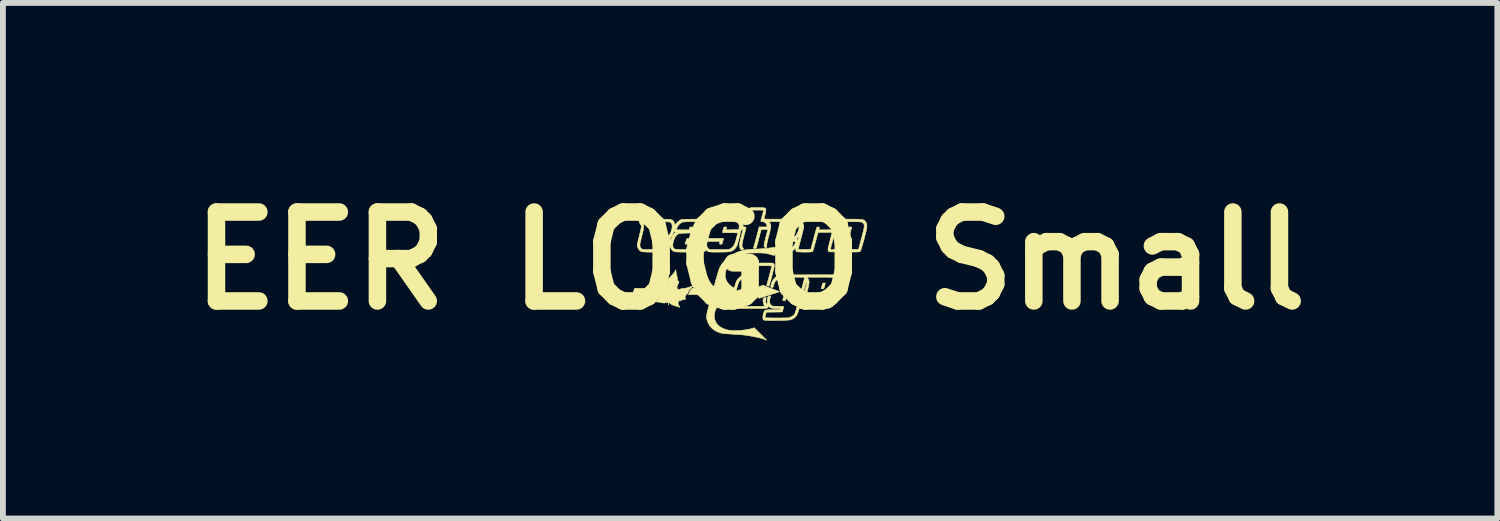
<source format=kicad_pcb>
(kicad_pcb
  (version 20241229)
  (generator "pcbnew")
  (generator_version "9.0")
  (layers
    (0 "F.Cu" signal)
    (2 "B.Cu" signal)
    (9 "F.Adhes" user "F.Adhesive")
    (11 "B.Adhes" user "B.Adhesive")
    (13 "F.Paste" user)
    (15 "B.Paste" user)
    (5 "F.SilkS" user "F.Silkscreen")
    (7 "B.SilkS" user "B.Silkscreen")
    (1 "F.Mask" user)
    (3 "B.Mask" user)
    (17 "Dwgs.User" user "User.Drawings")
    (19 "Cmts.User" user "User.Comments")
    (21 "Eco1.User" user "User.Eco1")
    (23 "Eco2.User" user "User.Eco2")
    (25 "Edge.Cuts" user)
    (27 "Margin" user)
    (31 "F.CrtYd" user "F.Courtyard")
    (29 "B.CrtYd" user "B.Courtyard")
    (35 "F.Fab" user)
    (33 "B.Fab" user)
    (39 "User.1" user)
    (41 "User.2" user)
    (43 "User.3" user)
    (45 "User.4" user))
  (footprint "EER LOGO Small"
    (layer "F.Cu")
    (at 9.804 1.418)
    (property "Reference" "EER LOGO Small" (at 0 0 0) (layer "F.SilkS") (effects (font (size 1.524 1.524) (thickness 0.3))))
    (attr through_hole)
    (fp_poly (pts (xy -1.676 0.5) (xy -1.66 0.521) (xy -1.64 0.543) (xy -1.629 0.553) (xy -1.599 0.579) (xy -2.01 0.579) (xy -1.996 0.529) (xy -1.99 0.505) (xy -1.985 0.486) (xy -1.983 0.477) (xy -1.983 0.476) (xy -1.976 0.475) (xy -1.957 0.474) (xy -1.929 0.474) (xy -1.892 0.473) (xy -1.85 0.473) (xy -1.838 0.473) (xy -1.694 0.473) (xy -1.676 0.5)) (stroke (width 0.01) (type solid)) (fill yes) (layer "F.SilkS"))
    (fp_poly (pts (xy -0.798 0.473) (xy -0.756 0.474) (xy -0.728 0.476) (xy -0.714 0.479) (xy -0.713 0.48) (xy -0.714 0.49) (xy -0.718 0.51) (xy -0.724 0.533) (xy -0.735 0.579) (xy -1.059 0.579) (xy -1.048 0.563) (xy -1.04 0.547) (xy -1.037 0.536) (xy -1.033 0.525) (xy -1.022 0.508) (xy -1.015 0.499) (xy -0.994 0.473) (xy -0.853 0.473) (xy -0.798 0.473)) (stroke (width 0.01) (type solid)) (fill yes) (layer "F.SilkS"))
    (fp_poly (pts (xy -1.561 -0.578) (xy -1.555 -0.574) (xy -1.554 -0.565) (xy -1.557 -0.548) (xy -1.564 -0.522) (xy -1.571 -0.499) (xy -1.577 -0.486) (xy -1.585 -0.481) (xy -1.597 -0.48) (xy -1.599 -0.48) (xy -1.622 -0.48) (xy -1.608 -0.527) (xy -1.601 -0.551) (xy -1.597 -0.569) (xy -1.595 -0.577) (xy -1.595 -0.577) (xy -1.588 -0.578) (xy -1.574 -0.579) (xy -1.573 -0.579) (xy -1.561 -0.578)) (stroke (width 0.01) (type solid)) (fill yes) (layer "F.SilkS"))
    (fp_poly (pts (xy 0.615 -0.577) (xy 0.622 -0.575) (xy 0.622 -0.567) (xy 0.619 -0.549) (xy 0.614 -0.527) (xy 0.607 -0.503) (xy 0.601 -0.49) (xy 0.593 -0.484) (xy 0.581 -0.481) (xy 0.58 -0.481) (xy 0.564 -0.481) (xy 0.557 -0.483) (xy 0.557 -0.483) (xy 0.559 -0.492) (xy 0.563 -0.51) (xy 0.569 -0.533) (xy 0.575 -0.557) (xy 0.581 -0.571) (xy 0.588 -0.577) (xy 0.598 -0.579) (xy 0.599 -0.579) (xy 0.615 -0.577)) (stroke (width 0.01) (type solid)) (fill yes) (layer "F.SilkS"))
    (fp_poly (pts (xy 1.283 0.382) (xy 1.289 0.387) (xy 1.287 0.4) (xy 1.287 0.4) (xy 1.278 0.434) (xy 1.271 0.455) (xy 1.265 0.469) (xy 1.257 0.476) (xy 1.247 0.48) (xy 1.243 0.48) (xy 1.228 0.482) (xy 1.221 0.479) (xy 1.221 0.479) (xy 1.222 0.469) (xy 1.226 0.45) (xy 1.232 0.427) (xy 1.238 0.402) (xy 1.244 0.389) (xy 1.251 0.383) (xy 1.262 0.381) (xy 1.267 0.381) (xy 1.283 0.382)) (stroke (width 0.01) (type solid)) (fill yes) (layer "F.SilkS"))
    (fp_poly (pts (xy -1.044 -0.379) (xy -1.04 -0.372) (xy -1.04 -0.372) (xy -1.044 -0.361) (xy -1.049 -0.341) (xy -1.055 -0.323) (xy -1.061 -0.3) (xy -1.067 -0.288) (xy -1.075 -0.283) (xy -1.089 -0.282) (xy -1.09 -0.282) (xy -1.107 -0.284) (xy -1.112 -0.291) (xy -1.112 -0.291) (xy -1.108 -0.302) (xy -1.103 -0.322) (xy -1.097 -0.34) (xy -1.091 -0.363) (xy -1.085 -0.375) (xy -1.077 -0.38) (xy -1.063 -0.381) (xy -1.062 -0.381) (xy -1.044 -0.379)) (stroke (width 0.01) (type solid)) (fill yes) (layer "F.SilkS"))
    (fp_poly (pts (xy -0.631 0.447) (xy -0.635 0.465) (xy -0.641 0.489) (xy -0.649 0.518) (xy -0.657 0.548) (xy -0.665 0.575) (xy -0.671 0.597) (xy -0.676 0.61) (xy -0.676 0.612) (xy -0.683 0.616) (xy -0.696 0.611) (xy -0.704 0.607) (xy -0.719 0.597) (xy -0.726 0.592) (xy -0.727 0.591) (xy -0.725 0.584) (xy -0.72 0.566) (xy -0.714 0.541) (xy -0.71 0.529) (xy -0.702 0.5) (xy -0.696 0.482) (xy -0.688 0.47) (xy -0.678 0.462) (xy -0.663 0.454) (xy -0.663 0.454) (xy -0.644 0.445) (xy -0.632 0.441) (xy -0.63 0.44) (xy -0.631 0.447)) (stroke (width 0.01) (type solid)) (fill yes) (layer "F.SilkS"))
    (fp_poly (pts (xy 0.684 0.383) (xy 0.684 0.384) (xy 0.683 0.392) (xy 0.678 0.411) (xy 0.67 0.439) (xy 0.661 0.475) (xy 0.65 0.517) (xy 0.646 0.532) (xy 0.634 0.575) (xy 0.624 0.613) (xy 0.616 0.645) (xy 0.61 0.667) (xy 0.607 0.679) (xy 0.607 0.68) (xy 0.601 0.683) (xy 0.585 0.684) (xy 0.582 0.684) (xy 0.565 0.683) (xy 0.559 0.678) (xy 0.56 0.672) (xy 0.563 0.662) (xy 0.569 0.64) (xy 0.578 0.609) (xy 0.588 0.572) (xy 0.599 0.53) (xy 0.6 0.526) (xy 0.611 0.485) (xy 0.621 0.448) (xy 0.63 0.418) (xy 0.636 0.397) (xy 0.639 0.387) (xy 0.639 0.387) (xy 0.647 0.383) (xy 0.661 0.381) (xy 0.676 0.381) (xy 0.684 0.383)) (stroke (width 0.01) (type solid)) (fill yes) (layer "F.SilkS"))
    (fp_poly (pts (xy 0.056 0.429) (xy 0.05 0.452) (xy 0.047 0.47) (xy 0.046 0.479) (xy 0.046 0.479) (xy 0.054 0.478) (xy 0.072 0.474) (xy 0.096 0.467) (xy 0.124 0.458) (xy 0.151 0.448) (xy 0.175 0.438) (xy 0.185 0.434) (xy 0.219 0.418) (xy 0.288 0.446) (xy 0.323 0.46) (xy 0.359 0.474) (xy 0.391 0.487) (xy 0.403 0.491) (xy 0.432 0.502) (xy 0.459 0.512) (xy 0.477 0.519) (xy 0.504 0.531) (xy 0.33 0.587) (xy 0.156 0.643) (xy 0.135 0.629) (xy 0.115 0.617) (xy 0.089 0.605) (xy 0.062 0.594) (xy 0.04 0.587) (xy 0.028 0.586) (xy 0.018 0.59) (xy 0.01 0.604) (xy 0.007 0.616) (xy -0.001 0.646) (xy -0.007 0.665) (xy -0.013 0.676) (xy -0.021 0.681) (xy -0.032 0.683) (xy -0.035 0.683) (xy -0.051 0.684) (xy -0.056 0.679) (xy -0.055 0.673) (xy -0.052 0.662) (xy -0.046 0.64) (xy -0.038 0.609) (xy -0.027 0.571) (xy -0.016 0.529) (xy -0.014 0.52) (xy 0.024 0.381) (xy 0.07 0.381) (xy 0.056 0.429)) (stroke (width 0.01) (type solid)) (fill yes) (layer "F.SilkS"))
    (fp_poly (pts (xy -1.268 0.202) (xy -1.264 0.227) (xy -1.26 0.247) (xy -1.257 0.257) (xy -1.252 0.268) (xy -1.249 0.288) (xy -1.247 0.303) (xy -1.245 0.327) (xy -1.24 0.341) (xy -1.231 0.349) (xy -1.23 0.349) (xy -1.221 0.355) (xy -1.219 0.362) (xy -1.223 0.376) (xy -1.226 0.385) (xy -1.235 0.403) (xy -1.242 0.416) (xy -1.244 0.417) (xy -1.249 0.427) (xy -1.251 0.445) (xy -1.252 0.452) (xy -1.249 0.477) (xy -1.239 0.491) (xy -1.221 0.493) (xy -1.205 0.488) (xy -1.184 0.482) (xy -1.157 0.477) (xy -1.143 0.476) (xy -1.117 0.473) (xy -1.083 0.465) (xy -1.046 0.454) (xy -1.037 0.451) (xy -0.97 0.427) (xy -1.014 0.471) (xy -1.04 0.499) (xy -1.055 0.52) (xy -1.058 0.531) (xy -1.064 0.548) (xy -1.081 0.569) (xy -1.087 0.573) (xy -1.105 0.593) (xy -1.114 0.61) (xy -1.115 0.62) (xy -1.113 0.636) (xy -1.108 0.646) (xy -1.103 0.653) (xy -1.109 0.66) (xy -1.125 0.663) (xy -1.13 0.663) (xy -1.15 0.666) (xy -1.173 0.675) (xy -1.178 0.677) (xy -1.195 0.684) (xy -1.207 0.687) (xy -1.21 0.686) (xy -1.217 0.686) (xy -1.225 0.696) (xy -1.232 0.711) (xy -1.235 0.726) (xy -1.231 0.743) (xy -1.222 0.765) (xy -1.217 0.774) (xy -1.208 0.792) (xy -1.203 0.802) (xy -1.203 0.804) (xy -1.209 0.799) (xy -1.21 0.798) (xy -1.219 0.792) (xy -1.235 0.787) (xy -1.237 0.787) (xy -1.282 0.775) (xy -1.322 0.761) (xy -1.353 0.745) (xy -1.37 0.731) (xy -1.389 0.709) (xy -1.393 0.727) (xy -1.398 0.75) (xy -1.401 0.76) (xy -1.402 0.757) (xy -1.401 0.741) (xy -1.4 0.739) (xy -1.399 0.719) (xy -1.401 0.71) (xy -1.406 0.71) (xy -1.409 0.712) (xy -1.428 0.718) (xy -1.453 0.722) (xy -1.478 0.724) (xy -1.499 0.723) (xy -1.507 0.721) (xy -1.521 0.716) (xy -1.544 0.712) (xy -1.567 0.709) (xy -1.614 0.705) (xy -1.586 0.679) (xy -1.564 0.652) (xy -1.555 0.627) (xy -1.554 0.615) (xy -1.555 0.605) (xy -1.562 0.594) (xy -1.576 0.579) (xy -1.597 0.557) (xy -1.601 0.553) (xy -1.624 0.53) (xy -1.644 0.508) (xy -1.658 0.491) (xy -1.662 0.485) (xy -1.669 0.472) (xy -1.667 0.466) (xy -1.659 0.466) (xy -1.641 0.46) (xy -1.633 0.444) (xy -1.633 0.417) (xy -1.633 0.414) (xy -1.636 0.39) (xy -1.638 0.367) (xy -1.638 0.363) (xy -1.637 0.328) (xy -1.638 0.303) (xy -1.642 0.285) (xy -1.649 0.269) (xy -1.651 0.267) (xy -1.662 0.248) (xy -1.664 0.239) (xy -1.658 0.242) (xy -1.642 0.255) (xy -1.634 0.263) (xy -1.599 0.297) (xy -1.571 0.321) (xy -1.551 0.338) (xy -1.537 0.346) (xy -1.528 0.349) (xy -1.515 0.355) (xy -1.501 0.374) (xy -1.496 0.384) (xy -1.478 0.413) (xy -1.461 0.428) (xy -1.447 0.429) (xy -1.434 0.416) (xy -1.423 0.39) (xy -1.421 0.382) (xy -1.415 0.353) (xy -1.417 0.335) (xy -1.418 0.332) (xy -1.423 0.317) (xy -1.425 0.302) (xy -1.424 0.291) (xy -1.421 0.289) (xy -1.412 0.292) (xy -1.404 0.297) (xy -1.392 0.3) (xy -1.381 0.294) (xy -1.372 0.284) (xy -1.355 0.266) (xy -1.336 0.246) (xy -1.33 0.24) (xy -1.311 0.217) (xy -1.293 0.192) (xy -1.289 0.185) (xy -1.272 0.155) (xy -1.268 0.202)) (stroke (width 0.01) (type solid)) (fill yes) (layer "F.SilkS"))
    (fp_poly (pts (xy 0.719 -0.296) (xy 0.716 -0.293) (xy 0.707 -0.286) (xy 0.691 -0.275) (xy 0.667 -0.259) (xy 0.633 -0.237) (xy 0.589 -0.209) (xy 0.561 -0.19) (xy 0.406 -0.09) (xy 0.36 -0.105) (xy 0.328 -0.114) (xy 0.293 -0.122) (xy 0.272 -0.127) (xy 0.244 -0.13) (xy 0.205 -0.132) (xy 0.16 -0.134) (xy 0.112 -0.134) (xy 0.064 -0.133) (xy 0.019 -0.131) (xy -0.019 -0.129) (xy -0.047 -0.125) (xy -0.053 -0.124) (xy -0.13 -0.1) (xy -0.203 -0.065) (xy -0.27 -0.022) (xy -0.326 0.027) (xy -0.333 0.035) (xy -0.375 0.088) (xy -0.405 0.143) (xy -0.423 0.198) (xy -0.427 0.253) (xy -0.42 0.306) (xy -0.399 0.355) (xy -0.369 0.395) (xy -0.352 0.412) (xy -0.331 0.431) (xy -0.309 0.447) (xy -0.289 0.46) (xy -0.276 0.466) (xy -0.275 0.466) (xy -0.27 0.459) (xy -0.264 0.443) (xy -0.258 0.425) (xy -0.25 0.398) (xy -0.242 0.373) (xy -0.238 0.36) (xy -0.226 0.336) (xy -0.205 0.309) (xy -0.179 0.283) (xy -0.152 0.263) (xy -0.145 0.259) (xy -0.129 0.253) (xy -0.111 0.248) (xy -0.086 0.244) (xy -0.052 0.242) (xy -0.025 0.24) (xy 0.066 0.236) (xy 0.089 0.149) (xy 0.099 0.115) (xy 0.108 0.085) (xy 0.117 0.062) (xy 0.123 0.05) (xy 0.123 0.05) (xy 0.13 0.046) (xy 0.14 0.043) (xy 0.156 0.041) (xy 0.181 0.04) (xy 0.216 0.039) (xy 0.263 0.039) (xy 0.265 0.039) (xy 0.312 0.039) (xy 0.346 0.039) (xy 0.37 0.04) (xy 0.386 0.042) (xy 0.396 0.044) (xy 0.402 0.048) (xy 0.406 0.053) (xy 0.414 0.071) (xy 0.416 0.083) (xy 0.415 0.094) (xy 0.41 0.117) (xy 0.402 0.148) (xy 0.393 0.185) (xy 0.383 0.226) (xy 0.372 0.269) (xy 0.361 0.311) (xy 0.35 0.35) (xy 0.34 0.384) (xy 0.333 0.411) (xy 0.327 0.428) (xy 0.325 0.432) (xy 0.315 0.434) (xy 0.302 0.431) (xy 0.284 0.424) (xy 0.329 0.26) (xy 0.341 0.214) (xy 0.352 0.172) (xy 0.362 0.137) (xy 0.369 0.11) (xy 0.373 0.094) (xy 0.374 0.09) (xy 0.367 0.088) (xy 0.349 0.087) (xy 0.321 0.085) (xy 0.286 0.085) (xy 0.261 0.085) (xy 0.149 0.085) (xy 0.142 0.111) (xy 0.137 0.13) (xy 0.13 0.157) (xy 0.122 0.189) (xy 0.117 0.207) (xy 0.109 0.236) (xy 0.103 0.26) (xy 0.1 0.275) (xy 0.099 0.279) (xy 0.092 0.28) (xy 0.074 0.281) (xy 0.047 0.282) (xy 0.014 0.282) (xy 0.009 0.282) (xy -0.041 0.284) (xy -0.08 0.288) (xy -0.11 0.295) (xy -0.136 0.308) (xy -0.159 0.325) (xy -0.165 0.33) (xy -0.175 0.34) (xy -0.183 0.351) (xy -0.191 0.364) (xy -0.198 0.381) (xy -0.207 0.404) (xy -0.216 0.435) (xy -0.228 0.476) (xy -0.242 0.529) (xy -0.243 0.53) (xy -0.257 0.585) (xy -0.268 0.628) (xy -0.276 0.661) (xy -0.28 0.686) (xy -0.281 0.705) (xy -0.279 0.72) (xy -0.275 0.732) (xy -0.271 0.74) (xy -0.265 0.75) (xy -0.259 0.758) (xy -0.251 0.765) (xy -0.24 0.77) (xy -0.225 0.774) (xy -0.204 0.776) (xy -0.176 0.778) (xy -0.139 0.78) (xy -0.092 0.78) (xy -0.033 0.781) (xy 0.021 0.781) (xy 0.084 0.781) (xy 0.138 0.781) (xy 0.184 0.781) (xy 0.219 0.78) (xy 0.244 0.779) (xy 0.256 0.778) (xy 0.257 0.776) (xy 0.242 0.763) (xy 0.231 0.738) (xy 0.223 0.699) (xy 0.222 0.695) (xy 0.222 0.665) (xy 0.229 0.646) (xy 0.245 0.634) (xy 0.256 0.631) (xy 0.275 0.627) (xy 0.27 0.673) (xy 0.269 0.704) (xy 0.271 0.723) (xy 0.275 0.73) (xy 0.285 0.739) (xy 0.291 0.738) (xy 0.295 0.725) (xy 0.296 0.7) (xy 0.296 0.686) (xy 0.297 0.659) (xy 0.299 0.637) (xy 0.301 0.624) (xy 0.302 0.623) (xy 0.311 0.616) (xy 0.325 0.608) (xy 0.34 0.602) (xy 0.349 0.601) (xy 0.35 0.601) (xy 0.349 0.609) (xy 0.346 0.626) (xy 0.341 0.647) (xy 0.334 0.688) (xy 0.336 0.719) (xy 0.348 0.745) (xy 0.36 0.759) (xy 0.369 0.767) (xy 0.378 0.773) (xy 0.389 0.777) (xy 0.405 0.779) (xy 0.429 0.781) (xy 0.463 0.782) (xy 0.479 0.782) (xy 0.577 0.784) (xy 0.565 0.831) (xy 0.553 0.878) (xy 0.416 0.88) (xy 0.278 0.882) (xy 0.266 0.927) (xy 0.26 0.951) (xy 0.256 0.969) (xy 0.254 0.977) (xy 0.261 0.978) (xy 0.28 0.979) (xy 0.31 0.979) (xy 0.348 0.98) (xy 0.394 0.981) (xy 0.445 0.981) (xy 0.459 0.981) (xy 0.518 0.981) (xy 0.565 0.98) (xy 0.602 0.98) (xy 0.629 0.979) (xy 0.65 0.978) (xy 0.665 0.976) (xy 0.676 0.973) (xy 0.686 0.969) (xy 0.693 0.966) (xy 0.721 0.951) (xy 0.741 0.937) (xy 0.757 0.921) (xy 0.769 0.901) (xy 0.779 0.873) (xy 0.791 0.835) (xy 0.794 0.824) (xy 0.805 0.783) (xy 0.845 0.783) (xy 0.867 0.782) (xy 0.875 0.78) (xy 0.872 0.777) (xy 0.87 0.776) (xy 0.856 0.763) (xy 0.845 0.738) (xy 0.84 0.703) (xy 0.84 0.698) (xy 0.882 0.698) (xy 0.884 0.714) (xy 0.886 0.723) (xy 0.893 0.733) (xy 0.898 0.731) (xy 0.902 0.717) (xy 0.903 0.699) (xy 0.938 0.699) (xy 0.944 0.732) (xy 0.962 0.757) (xy 0.992 0.775) (xy 1.002 0.779) (xy 1.015 0.78) (xy 1.039 0.782) (xy 1.072 0.782) (xy 1.111 0.783) (xy 1.154 0.783) (xy 1.197 0.782) (xy 1.239 0.781) (xy 1.276 0.78) (xy 1.305 0.778) (xy 1.325 0.776) (xy 1.33 0.775) (xy 1.369 0.759) (xy 1.402 0.731) (xy 1.428 0.694) (xy 1.443 0.654) (xy 1.448 0.635) (xy 1.223 0.635) (xy 1.216 0.658) (xy 1.209 0.674) (xy 1.197 0.682) (xy 1.187 0.683) (xy 1.175 0.684) (xy 1.168 0.682) (xy 1.166 0.675) (xy 1.169 0.66) (xy 1.176 0.634) (xy 1.177 0.628) (xy 1.19 0.582) (xy 1.295 0.579) (xy 1.34 0.576) (xy 1.376 0.574) (xy 1.402 0.57) (xy 1.416 0.566) (xy 1.442 0.545) (xy 1.465 0.514) (xy 1.485 0.477) (xy 1.501 0.437) (xy 1.51 0.396) (xy 1.513 0.359) (xy 1.507 0.327) (xy 1.504 0.319) (xy 1.498 0.309) (xy 1.49 0.302) (xy 1.48 0.296) (xy 1.466 0.291) (xy 1.445 0.288) (xy 1.418 0.285) (xy 1.382 0.284) (xy 1.336 0.283) (xy 1.279 0.282) (xy 1.21 0.282) (xy 0.974 0.282) (xy 0.991 0.306) (xy 1.001 0.323) (xy 1.007 0.339) (xy 1.011 0.356) (xy 1.011 0.378) (xy 1.007 0.405) (xy 1 0.44) (xy 0.989 0.486) (xy 0.977 0.532) (xy 0.966 0.576) (xy 0.955 0.617) (xy 0.947 0.653) (xy 0.941 0.68) (xy 0.939 0.696) (xy 0.938 0.699) (xy 0.903 0.699) (xy 0.903 0.692) (xy 0.903 0.691) (xy 0.905 0.663) (xy 0.912 0.623) (xy 0.924 0.572) (xy 0.938 0.517) (xy 0.949 0.475) (xy 0.959 0.436) (xy 0.967 0.404) (xy 0.972 0.381) (xy 0.974 0.369) (xy 0.974 0.369) (xy 0.973 0.356) (xy 0.97 0.353) (xy 0.965 0.363) (xy 0.957 0.384) (xy 0.947 0.417) (xy 0.934 0.464) (xy 0.922 0.506) (xy 0.907 0.565) (xy 0.896 0.612) (xy 0.888 0.649) (xy 0.884 0.677) (xy 0.882 0.698) (xy 0.84 0.698) (xy 0.84 0.688) (xy 0.841 0.673) (xy 0.846 0.646) (xy 0.854 0.61) (xy 0.864 0.568) (xy 0.875 0.521) (xy 0.887 0.471) (xy 0.9 0.422) (xy 0.913 0.374) (xy 0.925 0.331) (xy 0.935 0.295) (xy 0.936 0.295) (xy 0.936 0.291) (xy 0.933 0.288) (xy 0.927 0.286) (xy 0.914 0.284) (xy 0.895 0.283) (xy 0.867 0.283) (xy 0.828 0.282) (xy 0.778 0.282) (xy 0.736 0.282) (xy 0.677 0.282) (xy 0.63 0.283) (xy 0.594 0.283) (xy 0.567 0.284) (xy 0.546 0.285) (xy 0.531 0.287) (xy 0.519 0.29) (xy 0.508 0.294) (xy 0.498 0.299) (xy 0.497 0.299) (xy 0.458 0.324) (xy 0.428 0.359) (xy 0.407 0.405) (xy 0.405 0.411) (xy 0.397 0.438) (xy 0.391 0.454) (xy 0.385 0.461) (xy 0.377 0.461) (xy 0.369 0.458) (xy 0.359 0.453) (xy 0.354 0.446) (xy 0.354 0.433) (xy 0.359 0.412) (xy 0.367 0.385) (xy 0.389 0.336) (xy 0.421 0.295) (xy 0.461 0.263) (xy 0.469 0.259) (xy 0.475 0.256) (xy 0.481 0.253) (xy 0.488 0.251) (xy 0.498 0.249) (xy 0.511 0.248) (xy 0.529 0.246) (xy 0.552 0.245) (xy 0.582 0.244) (xy 0.619 0.244) (xy 0.665 0.243) (xy 0.72 0.243) (xy 0.787 0.242) (xy 0.865 0.242) (xy 0.956 0.242) (xy 0.982 0.241) (xy 1.077 0.241) (xy 1.158 0.241) (xy 1.228 0.241) (xy 1.286 0.241) (xy 1.335 0.241) (xy 1.374 0.241) (xy 1.406 0.242) (xy 1.431 0.242) (xy 1.45 0.243) (xy 1.464 0.245) (xy 1.475 0.246) (xy 1.483 0.248) (xy 1.489 0.251) (xy 1.495 0.254) (xy 1.496 0.254) (xy 1.527 0.277) (xy 1.547 0.308) (xy 1.556 0.348) (xy 1.554 0.397) (xy 1.55 0.421) (xy 1.533 0.481) (xy 1.512 0.528) (xy 1.487 0.563) (xy 1.485 0.564) (xy 1.462 0.587) (xy 1.476 0.601) (xy 1.485 0.613) (xy 1.488 0.628) (xy 1.486 0.649) (xy 1.474 0.698) (xy 1.451 0.741) (xy 1.418 0.777) (xy 1.378 0.803) (xy 1.368 0.807) (xy 1.356 0.811) (xy 1.343 0.814) (xy 1.325 0.816) (xy 1.302 0.817) (xy 1.27 0.818) (xy 1.23 0.818) (xy 1.177 0.817) (xy 1.152 0.817) (xy 1.096 0.816) (xy 1.053 0.816) (xy 1.02 0.815) (xy 0.996 0.813) (xy 0.978 0.812) (xy 0.966 0.809) (xy 0.957 0.806) (xy 0.95 0.802) (xy 0.946 0.799) (xy 0.932 0.79) (xy 0.925 0.788) (xy 0.924 0.79) (xy 0.918 0.803) (xy 0.901 0.814) (xy 0.876 0.818) (xy 0.871 0.818) (xy 0.84 0.818) (xy 0.829 0.859) (xy 0.811 0.91) (xy 0.788 0.95) (xy 0.759 0.98) (xy 0.72 1.002) (xy 0.689 1.013) (xy 0.672 1.015) (xy 0.644 1.018) (xy 0.608 1.02) (xy 0.564 1.022) (xy 0.516 1.023) (xy 0.466 1.023) (xy 0.415 1.024) (xy 0.367 1.023) (xy 0.323 1.023) (xy 0.285 1.021) (xy 0.255 1.02) (xy 0.237 1.017) (xy 0.232 1.016) (xy 0.223 1.003) (xy 0.219 0.98) (xy 0.22 0.95) (xy 0.226 0.915) (xy 0.23 0.899) (xy 0.236 0.879) (xy 0.243 0.865) (xy 0.252 0.854) (xy 0.267 0.847) (xy 0.288 0.843) (xy 0.317 0.84) (xy 0.357 0.84) (xy 0.397 0.84) (xy 0.442 0.839) (xy 0.476 0.839) (xy 0.498 0.838) (xy 0.512 0.836) (xy 0.52 0.833) (xy 0.522 0.83) (xy 0.522 0.829) (xy 0.52 0.824) (xy 0.511 0.821) (xy 0.494 0.819) (xy 0.466 0.818) (xy 0.452 0.818) (xy 0.41 0.817) (xy 0.378 0.814) (xy 0.355 0.807) (xy 0.336 0.797) (xy 0.326 0.789) (xy 0.315 0.78) (xy 0.311 0.781) (xy 0.31 0.784) (xy 0.306 0.797) (xy 0.298 0.807) (xy 0.293 0.81) (xy 0.286 0.812) (xy 0.275 0.814) (xy 0.258 0.816) (xy 0.235 0.817) (xy 0.203 0.818) (xy 0.162 0.818) (xy 0.11 0.818) (xy 0.046 0.818) (xy 0.024 0.818) (xy -0.044 0.818) (xy -0.1 0.818) (xy -0.144 0.818) (xy -0.179 0.817) (xy -0.206 0.816) (xy -0.225 0.815) (xy -0.24 0.813) (xy -0.25 0.81) (xy -0.258 0.807) (xy -0.261 0.806) (xy -0.29 0.784) (xy -0.31 0.752) (xy -0.32 0.712) (xy -0.319 0.665) (xy -0.309 0.612) (xy -0.306 0.605) (xy -0.305 0.598) (xy -0.309 0.597) (xy -0.322 0.6) (xy -0.34 0.607) (xy -0.409 0.642) (xy -0.475 0.689) (xy -0.508 0.719) (xy -0.554 0.771) (xy -0.586 0.824) (xy -0.606 0.878) (xy -0.614 0.936) (xy -0.614 0.949) (xy -0.607 1.003) (xy -0.588 1.052) (xy -0.557 1.096) (xy -0.514 1.133) (xy -0.461 1.162) (xy -0.398 1.184) (xy -0.373 1.189) (xy -0.323 1.196) (xy -0.263 1.199) (xy -0.198 1.197) (xy -0.13 1.191) (xy -0.063 1.182) (xy -0.001 1.17) (xy 0.034 1.161) (xy 0.071 1.149) (xy 0.178 1.255) (xy 0.21 1.287) (xy 0.237 1.314) (xy 0.259 1.336) (xy 0.275 1.352) (xy 0.282 1.36) (xy 0.282 1.361) (xy 0.274 1.358) (xy 0.258 1.352) (xy 0.255 1.35) (xy 0.222 1.338) (xy 0.177 1.325) (xy 0.123 1.312) (xy 0.063 1.3) (xy -0.001 1.288) (xy -0.067 1.278) (xy -0.131 1.27) (xy -0.159 1.268) (xy -0.197 1.265) (xy -0.242 1.262) (xy -0.29 1.259) (xy -0.332 1.256) (xy -0.39 1.253) (xy -0.437 1.249) (xy -0.476 1.244) (xy -0.508 1.237) (xy -0.536 1.228) (xy -0.564 1.216) (xy -0.589 1.204) (xy -0.643 1.168) (xy -0.686 1.123) (xy -0.718 1.07) (xy -0.739 1.01) (xy -0.742 0.997) (xy -0.744 0.977) (xy -0.745 0.958) (xy -0.744 0.936) (xy -0.74 0.91) (xy -0.733 0.877) (xy -0.723 0.836) (xy -0.709 0.784) (xy -0.703 0.762) (xy -0.696 0.734) (xy -0.685 0.695) (xy -0.672 0.647) (xy -0.657 0.592) (xy -0.641 0.532) (xy -0.625 0.47) (xy -0.61 0.416) (xy -0.587 0.331) (xy -0.567 0.259) (xy -0.549 0.2) (xy -0.535 0.155) (xy -0.523 0.124) (xy -0.518 0.112) (xy -0.478 0.048) (xy -0.427 -0.011) (xy -0.365 -0.064) (xy -0.295 -0.11) (xy -0.217 -0.147) (xy -0.139 -0.173) (xy -0.112 -0.18) (xy -0.085 -0.185) (xy -0.054 -0.189) (xy -0.017 -0.192) (xy 0.029 -0.196) (xy 0.074 -0.198) (xy 0.143 -0.201) (xy 0.203 -0.205) (xy 0.256 -0.209) (xy 0.306 -0.215) (xy 0.358 -0.221) (xy 0.416 -0.229) (xy 0.444 -0.234) (xy 0.486 -0.241) (xy 0.532 -0.25) (xy 0.581 -0.26) (xy 0.627 -0.271) (xy 0.668 -0.281) (xy 0.7 -0.291) (xy 0.71 -0.294) (xy 0.716 -0.296) (xy 0.719 -0.296)) (stroke (width 0.01) (type solid)) (fill yes) (layer "F.SilkS"))
    (fp_poly (pts (xy 0.162 -0.91) (xy 0.198 -0.909) (xy 0.227 -0.907) (xy 0.247 -0.905) (xy 0.254 -0.903) (xy 0.265 -0.893) (xy 0.27 -0.878) (xy 0.27 -0.854) (xy 0.265 -0.82) (xy 0.257 -0.789) (xy 0.25 -0.76) (xy 0.245 -0.735) (xy 0.243 -0.719) (xy 0.243 -0.714) (xy 0.25 -0.714) (xy 0.271 -0.713) (xy 0.302 -0.713) (xy 0.343 -0.712) (xy 0.391 -0.712) (xy 0.447 -0.712) (xy 0.507 -0.712) (xy 0.524 -0.712) (xy 0.608 -0.712) (xy 0.679 -0.712) (xy 0.735 -0.711) (xy 0.778 -0.71) (xy 0.806 -0.708) (xy 0.821 -0.706) (xy 0.821 -0.706) (xy 0.841 -0.702) (xy 0.85 -0.705) (xy 0.859 -0.707) (xy 0.882 -0.708) (xy 0.918 -0.709) (xy 0.968 -0.71) (xy 1.031 -0.711) (xy 1.107 -0.712) (xy 1.196 -0.712) (xy 1.297 -0.712) (xy 1.389 -0.712) (xy 1.491 -0.712) (xy 1.579 -0.712) (xy 1.655 -0.712) (xy 1.72 -0.712) (xy 1.774 -0.712) (xy 1.819 -0.711) (xy 1.856 -0.71) (xy 1.886 -0.708) (xy 1.909 -0.706) (xy 1.927 -0.703) (xy 1.941 -0.7) (xy 1.951 -0.696) (xy 1.959 -0.691) (xy 1.965 -0.686) (xy 1.971 -0.679) (xy 1.977 -0.671) (xy 1.978 -0.67) (xy 1.993 -0.646) (xy 2.001 -0.616) (xy 2.001 -0.578) (xy 1.993 -0.532) (xy 1.99 -0.515) (xy 1.975 -0.456) (xy 1.96 -0.397) (xy 1.945 -0.341) (xy 1.931 -0.29) (xy 1.917 -0.244) (xy 1.906 -0.207) (xy 1.896 -0.178) (xy 1.889 -0.161) (xy 1.886 -0.157) (xy 1.879 -0.154) (xy 1.866 -0.153) (xy 1.846 -0.151) (xy 1.816 -0.15) (xy 1.777 -0.15) (xy 1.727 -0.149) (xy 1.664 -0.15) (xy 1.613 -0.15) (xy 1.352 -0.152) (xy 1.341 -0.171) (xy 1.337 -0.179) (xy 1.335 -0.187) (xy 1.335 -0.195) (xy 1.376 -0.195) (xy 1.382 -0.193) (xy 1.401 -0.192) (xy 1.428 -0.191) (xy 1.463 -0.191) (xy 1.483 -0.191) (xy 1.591 -0.191) (xy 1.629 -0.333) (xy 1.646 -0.398) (xy 1.66 -0.45) (xy 1.671 -0.491) (xy 1.68 -0.523) (xy 1.687 -0.546) (xy 1.692 -0.562) (xy 1.697 -0.572) (xy 1.701 -0.577) (xy 1.705 -0.579) (xy 1.71 -0.579) (xy 1.715 -0.579) (xy 1.72 -0.579) (xy 1.737 -0.577) (xy 1.741 -0.571) (xy 1.741 -0.57) (xy 1.738 -0.561) (xy 1.732 -0.54) (xy 1.724 -0.51) (xy 1.714 -0.472) (xy 1.702 -0.428) (xy 1.694 -0.395) (xy 1.681 -0.348) (xy 1.67 -0.304) (xy 1.659 -0.266) (xy 1.651 -0.236) (xy 1.646 -0.216) (xy 1.644 -0.21) (xy 1.637 -0.19) (xy 1.748 -0.192) (xy 1.858 -0.194) (xy 1.906 -0.374) (xy 1.923 -0.437) (xy 1.936 -0.487) (xy 1.946 -0.528) (xy 1.952 -0.559) (xy 1.955 -0.583) (xy 1.956 -0.602) (xy 1.954 -0.616) (xy 1.95 -0.627) (xy 1.949 -0.629) (xy 1.942 -0.64) (xy 1.936 -0.649) (xy 1.927 -0.655) (xy 1.914 -0.661) (xy 1.897 -0.664) (xy 1.872 -0.667) (xy 1.84 -0.669) (xy 1.799 -0.67) (xy 1.746 -0.67) (xy 1.681 -0.67) (xy 1.67 -0.67) (xy 1.44 -0.67) (xy 1.453 -0.647) (xy 1.463 -0.629) (xy 1.469 -0.611) (xy 1.471 -0.592) (xy 1.47 -0.568) (xy 1.465 -0.538) (xy 1.455 -0.499) (xy 1.444 -0.454) (xy 1.425 -0.385) (xy 1.41 -0.329) (xy 1.398 -0.284) (xy 1.389 -0.249) (xy 1.383 -0.224) (xy 1.379 -0.207) (xy 1.376 -0.198) (xy 1.376 -0.195) (xy 1.335 -0.195) (xy 1.336 -0.198) (xy 1.338 -0.215) (xy 1.343 -0.238) (xy 1.351 -0.271) (xy 1.362 -0.315) (xy 1.365 -0.326) (xy 1.376 -0.369) (xy 1.385 -0.407) (xy 1.394 -0.439) (xy 1.399 -0.462) (xy 1.402 -0.474) (xy 1.403 -0.474) (xy 1.403 -0.479) (xy 1.399 -0.482) (xy 1.391 -0.484) (xy 1.375 -0.486) (xy 1.349 -0.487) (xy 1.313 -0.487) (xy 1.285 -0.487) (xy 1.165 -0.487) (xy 1.157 -0.457) (xy 1.152 -0.437) (xy 1.144 -0.409) (xy 1.135 -0.375) (xy 1.129 -0.353) (xy 1.118 -0.314) (xy 1.107 -0.273) (xy 1.097 -0.235) (xy 1.093 -0.22) (xy 1.083 -0.186) (xy 1.073 -0.163) (xy 1.065 -0.155) (xy 1.053 -0.152) (xy 1.03 -0.15) (xy 0.999 -0.149) (xy 0.962 -0.148) (xy 0.923 -0.148) (xy 0.885 -0.149) (xy 0.85 -0.15) (xy 0.821 -0.152) (xy 0.802 -0.154) (xy 0.797 -0.155) (xy 0.786 -0.168) (xy 0.783 -0.187) (xy 0.782 -0.197) (xy 0.826 -0.197) (xy 0.833 -0.194) (xy 0.853 -0.192) (xy 0.888 -0.192) (xy 0.933 -0.192) (xy 1.04 -0.194) (xy 1.084 -0.356) (xy 1.096 -0.404) (xy 1.108 -0.449) (xy 1.119 -0.488) (xy 1.128 -0.52) (xy 1.133 -0.542) (xy 1.135 -0.549) (xy 1.142 -0.567) (xy 1.149 -0.576) (xy 1.161 -0.579) (xy 1.165 -0.579) (xy 1.18 -0.578) (xy 1.185 -0.572) (xy 1.184 -0.557) (xy 1.183 -0.554) (xy 1.179 -0.529) (xy 1.287 -0.529) (xy 1.33 -0.529) (xy 1.361 -0.53) (xy 1.382 -0.532) (xy 1.395 -0.538) (xy 1.401 -0.547) (xy 1.404 -0.561) (xy 1.404 -0.581) (xy 1.404 -0.591) (xy 1.401 -0.616) (xy 1.39 -0.637) (xy 1.383 -0.644) (xy 1.363 -0.667) (xy 1.121 -0.669) (xy 1.055 -0.669) (xy 1.002 -0.669) (xy 0.962 -0.669) (xy 0.931 -0.669) (xy 0.91 -0.668) (xy 0.897 -0.667) (xy 0.891 -0.665) (xy 0.89 -0.663) (xy 0.891 -0.661) (xy 0.901 -0.649) (xy 0.91 -0.629) (xy 0.914 -0.615) (xy 0.917 -0.606) (xy 0.919 -0.598) (xy 0.92 -0.59) (xy 0.92 -0.581) (xy 0.919 -0.57) (xy 0.916 -0.554) (xy 0.911 -0.532) (xy 0.904 -0.504) (xy 0.894 -0.466) (xy 0.882 -0.418) (xy 0.866 -0.359) (xy 0.86 -0.337) (xy 0.849 -0.296) (xy 0.84 -0.259) (xy 0.833 -0.229) (xy 0.828 -0.208) (xy 0.826 -0.198) (xy 0.826 -0.197) (xy 0.782 -0.197) (xy 0.781 -0.206) (xy 0.775 -0.211) (xy 0.763 -0.203) (xy 0.758 -0.197) (xy 0.737 -0.178) (xy 0.713 -0.165) (xy 0.682 -0.157) (xy 0.641 -0.152) (xy 0.607 -0.15) (xy 0.526 -0.147) (xy 0.557 -0.169) (xy 0.582 -0.183) (xy 0.605 -0.189) (xy 0.626 -0.19) (xy 0.671 -0.197) (xy 0.71 -0.216) (xy 0.743 -0.246) (xy 0.765 -0.284) (xy 0.772 -0.301) (xy 0.776 -0.314) (xy 0.774 -0.323) (xy 0.765 -0.328) (xy 0.747 -0.33) (xy 0.719 -0.331) (xy 0.679 -0.332) (xy 0.668 -0.332) (xy 0.559 -0.332) (xy 0.554 -0.307) (xy 0.55 -0.29) (xy 0.541 -0.284) (xy 0.525 -0.282) (xy 0.513 -0.282) (xy 0.506 -0.285) (xy 0.504 -0.291) (xy 0.506 -0.305) (xy 0.513 -0.328) (xy 0.518 -0.348) (xy 0.526 -0.372) (xy 0.799 -0.372) (xy 0.804 -0.367) (xy 0.819 -0.36) (xy 0.825 -0.365) (xy 0.826 -0.369) (xy 0.827 -0.382) (xy 0.83 -0.395) (xy 0.834 -0.413) (xy 0.814 -0.393) (xy 0.802 -0.38) (xy 0.799 -0.372) (xy 0.526 -0.372) (xy 0.527 -0.377) (xy 0.625 -0.381) (xy 0.667 -0.383) (xy 0.697 -0.385) (xy 0.718 -0.388) (xy 0.734 -0.392) (xy 0.747 -0.398) (xy 0.748 -0.399) (xy 0.775 -0.421) (xy 0.798 -0.451) (xy 0.817 -0.487) (xy 0.831 -0.526) (xy 0.838 -0.565) (xy 0.839 -0.601) (xy 0.832 -0.632) (xy 0.823 -0.647) (xy 0.806 -0.667) (xy 0.565 -0.669) (xy 0.324 -0.671) (xy 0.336 -0.653) (xy 0.345 -0.637) (xy 0.352 -0.621) (xy 0.355 -0.603) (xy 0.355 -0.582) (xy 0.351 -0.554) (xy 0.344 -0.519) (xy 0.333 -0.474) (xy 0.321 -0.428) (xy 0.306 -0.373) (xy 0.296 -0.329) (xy 0.289 -0.296) (xy 0.285 -0.273) (xy 0.285 -0.256) (xy 0.285 -0.252) (xy 0.287 -0.235) (xy 0.284 -0.228) (xy 0.273 -0.226) (xy 0.269 -0.226) (xy 0.255 -0.228) (xy 0.246 -0.234) (xy 0.241 -0.247) (xy 0.24 -0.268) (xy 0.244 -0.297) (xy 0.252 -0.336) (xy 0.265 -0.387) (xy 0.272 -0.412) (xy 0.282 -0.451) (xy 0.291 -0.485) (xy 0.298 -0.511) (xy 0.302 -0.528) (xy 0.303 -0.534) (xy 0.297 -0.535) (xy 0.28 -0.536) (xy 0.255 -0.536) (xy 0.247 -0.536) (xy 0.192 -0.536) (xy 0.181 -0.499) (xy 0.176 -0.48) (xy 0.168 -0.45) (xy 0.158 -0.413) (xy 0.147 -0.372) (xy 0.139 -0.34) (xy 0.128 -0.3) (xy 0.119 -0.266) (xy 0.111 -0.238) (xy 0.106 -0.22) (xy 0.103 -0.214) (xy 0.095 -0.212) (xy 0.079 -0.213) (xy 0.058 -0.215) (xy 0.102 -0.377) (xy 0.115 -0.424) (xy 0.126 -0.467) (xy 0.136 -0.505) (xy 0.144 -0.534) (xy 0.149 -0.553) (xy 0.151 -0.559) (xy 0.155 -0.579) (xy 0.289 -0.579) (xy 0.289 -0.6) (xy 0.283 -0.626) (xy 0.265 -0.648) (xy 0.239 -0.663) (xy 0.217 -0.668) (xy 0.197 -0.672) (xy 0.185 -0.677) (xy 0.184 -0.68) (xy 0.185 -0.689) (xy 0.19 -0.71) (xy 0.198 -0.738) (xy 0.207 -0.771) (xy 0.208 -0.776) (xy 0.217 -0.809) (xy 0.225 -0.837) (xy 0.23 -0.857) (xy 0.233 -0.866) (xy 0.233 -0.866) (xy 0.226 -0.867) (xy 0.208 -0.867) (xy 0.18 -0.868) (xy 0.146 -0.868) (xy 0.124 -0.868) (xy 0.015 -0.868) (xy 0.009 -0.845) (xy 0.004 -0.829) (xy -0.003 -0.803) (xy -0.011 -0.771) (xy -0.018 -0.746) (xy -0.038 -0.67) (xy -0.155 -0.67) (xy -0.137 -0.645) (xy -0.126 -0.624) (xy -0.12 -0.603) (xy -0.12 -0.599) (xy -0.118 -0.585) (xy -0.111 -0.58) (xy -0.095 -0.579) (xy -0.078 -0.577) (xy -0.071 -0.571) (xy -0.071 -0.565) (xy -0.072 -0.554) (xy -0.077 -0.531) (xy -0.085 -0.5) (xy -0.095 -0.463) (xy -0.106 -0.421) (xy -0.107 -0.418) (xy -0.121 -0.364) (xy -0.131 -0.321) (xy -0.137 -0.288) (xy -0.138 -0.263) (xy -0.136 -0.244) (xy -0.131 -0.229) (xy -0.121 -0.217) (xy -0.12 -0.216) (xy -0.106 -0.2) (xy -0.131 -0.192) (xy -0.148 -0.188) (xy -0.158 -0.191) (xy -0.167 -0.202) (xy -0.167 -0.203) (xy -0.177 -0.223) (xy -0.182 -0.247) (xy -0.181 -0.279) (xy -0.176 -0.319) (xy -0.165 -0.368) (xy -0.153 -0.416) (xy -0.141 -0.461) (xy -0.133 -0.494) (xy -0.129 -0.517) (xy -0.128 -0.531) (xy -0.131 -0.54) (xy -0.137 -0.543) (xy -0.141 -0.543) (xy -0.146 -0.537) (xy -0.153 -0.522) (xy -0.161 -0.503) (xy -0.167 -0.484) (xy -0.169 -0.471) (xy -0.169 -0.47) (xy -0.171 -0.456) (xy -0.176 -0.432) (xy -0.184 -0.401) (xy -0.193 -0.366) (xy -0.203 -0.33) (xy -0.213 -0.297) (xy -0.221 -0.269) (xy -0.228 -0.25) (xy -0.23 -0.245) (xy -0.241 -0.229) (xy -0.258 -0.209) (xy -0.269 -0.197) (xy -0.285 -0.183) (xy -0.301 -0.172) (xy -0.32 -0.163) (xy -0.343 -0.157) (xy -0.371 -0.153) (xy -0.408 -0.15) (xy -0.455 -0.149) (xy -0.513 -0.148) (xy -0.533 -0.148) (xy -0.585 -0.148) (xy -0.625 -0.148) (xy -0.655 -0.149) (xy -0.678 -0.15) (xy -0.694 -0.152) (xy -0.707 -0.155) (xy -0.718 -0.159) (xy -0.729 -0.165) (xy -0.731 -0.166) (xy -0.752 -0.176) (xy -0.763 -0.182) (xy -0.768 -0.182) (xy -0.769 -0.177) (xy -0.769 -0.173) (xy -0.77 -0.167) (xy -0.774 -0.161) (xy -0.783 -0.157) (xy -0.797 -0.154) (xy -0.818 -0.152) (xy -0.847 -0.15) (xy -0.886 -0.149) (xy -0.935 -0.149) (xy -0.997 -0.148) (xy -1.038 -0.148) (xy -1.104 -0.148) (xy -1.157 -0.149) (xy -1.199 -0.149) (xy -1.231 -0.15) (xy -1.256 -0.151) (xy -1.275 -0.153) (xy -1.288 -0.155) (xy -1.299 -0.158) (xy -1.308 -0.161) (xy -1.31 -0.162) (xy -1.336 -0.179) (xy -1.354 -0.205) (xy -1.365 -0.235) (xy -1.369 -0.255) (xy -1.39 -0.227) (xy -1.423 -0.191) (xy -1.464 -0.166) (xy -1.482 -0.159) (xy -1.5 -0.155) (xy -1.528 -0.152) (xy -1.566 -0.15) (xy -1.609 -0.149) (xy -1.656 -0.148) (xy -1.703 -0.148) (xy -1.749 -0.148) (xy -1.791 -0.15) (xy -1.827 -0.152) (xy -1.853 -0.155) (xy -1.866 -0.158) (xy -1.896 -0.179) (xy -1.918 -0.209) (xy -1.931 -0.245) (xy -1.933 -0.265) (xy -1.888 -0.265) (xy -1.886 -0.245) (xy -1.88 -0.23) (xy -1.871 -0.217) (xy -1.863 -0.21) (xy -1.841 -0.19) (xy -1.669 -0.192) (xy -1.498 -0.194) (xy -1.468 -0.215) (xy -1.439 -0.241) (xy -1.429 -0.257) (xy -1.325 -0.257) (xy -1.32 -0.23) (xy -1.318 -0.226) (xy -1.312 -0.217) (xy -1.306 -0.209) (xy -1.297 -0.203) (xy -1.284 -0.199) (xy -1.266 -0.196) (xy -1.241 -0.193) (xy -1.208 -0.192) (xy -1.165 -0.191) (xy -1.111 -0.191) (xy -1.044 -0.191) (xy -1.043 -0.191) (xy -0.812 -0.191) (xy -0.825 -0.213) (xy -0.833 -0.229) (xy -0.839 -0.244) (xy -0.842 -0.26) (xy -0.842 -0.268) (xy -0.797 -0.268) (xy -0.796 -0.253) (xy -0.792 -0.247) (xy -0.79 -0.247) (xy -0.786 -0.253) (xy -0.785 -0.264) (xy -0.743 -0.264) (xy -0.735 -0.232) (xy -0.715 -0.207) (xy -0.714 -0.206) (xy -0.708 -0.201) (xy -0.7 -0.198) (xy -0.691 -0.195) (xy -0.676 -0.193) (xy -0.656 -0.192) (xy -0.627 -0.191) (xy -0.588 -0.191) (xy -0.537 -0.191) (xy -0.531 -0.191) (xy -0.478 -0.191) (xy -0.436 -0.191) (xy -0.406 -0.192) (xy -0.383 -0.193) (xy -0.366 -0.195) (xy -0.354 -0.198) (xy -0.344 -0.202) (xy -0.339 -0.204) (xy -0.308 -0.226) (xy -0.282 -0.255) (xy -0.262 -0.295) (xy -0.251 -0.326) (xy -0.242 -0.358) (xy -0.232 -0.392) (xy -0.224 -0.424) (xy -0.217 -0.45) (xy -0.213 -0.469) (xy -0.212 -0.476) (xy -0.218 -0.477) (xy -0.237 -0.478) (xy -0.265 -0.479) (xy -0.301 -0.48) (xy -0.342 -0.48) (xy -0.383 -0.48) (xy -0.419 -0.481) (xy -0.447 -0.481) (xy -0.466 -0.482) (xy -0.473 -0.484) (xy -0.471 -0.492) (xy -0.467 -0.51) (xy -0.461 -0.533) (xy -0.455 -0.557) (xy -0.449 -0.571) (xy -0.442 -0.577) (xy -0.432 -0.579) (xy -0.426 -0.579) (xy -0.409 -0.577) (xy -0.403 -0.571) (xy -0.406 -0.556) (xy -0.409 -0.547) (xy -0.416 -0.529) (xy -0.305 -0.531) (xy -0.194 -0.533) (xy -0.188 -0.566) (xy -0.186 -0.602) (xy -0.196 -0.632) (xy -0.219 -0.655) (xy -0.222 -0.657) (xy -0.229 -0.661) (xy -0.237 -0.664) (xy -0.248 -0.666) (xy -0.264 -0.667) (xy -0.286 -0.669) (xy -0.316 -0.669) (xy -0.355 -0.67) (xy -0.405 -0.67) (xy -0.468 -0.67) (xy -0.475 -0.67) (xy -0.707 -0.67) (xy -0.692 -0.652) (xy -0.681 -0.633) (xy -0.674 -0.611) (xy -0.674 -0.583) (xy -0.678 -0.547) (xy -0.688 -0.501) (xy -0.692 -0.487) (xy -0.701 -0.453) (xy -0.708 -0.424) (xy -0.714 -0.402) (xy -0.718 -0.39) (xy -0.718 -0.39) (xy -0.716 -0.387) (xy -0.707 -0.384) (xy -0.69 -0.383) (xy -0.662 -0.382) (xy -0.623 -0.381) (xy -0.589 -0.381) (xy -0.457 -0.381) (xy -0.461 -0.358) (xy -0.469 -0.325) (xy -0.475 -0.303) (xy -0.481 -0.29) (xy -0.49 -0.284) (xy -0.501 -0.282) (xy -0.502 -0.282) (xy -0.517 -0.283) (xy -0.522 -0.289) (xy -0.52 -0.304) (xy -0.52 -0.307) (xy -0.516 -0.332) (xy -0.732 -0.332) (xy -0.74 -0.301) (xy -0.743 -0.264) (xy -0.785 -0.264) (xy -0.784 -0.27) (xy -0.783 -0.282) (xy -0.781 -0.309) (xy -0.776 -0.336) (xy -0.773 -0.344) (xy -0.768 -0.36) (xy -0.76 -0.387) (xy -0.751 -0.421) (xy -0.741 -0.459) (xy -0.737 -0.476) (xy -0.727 -0.519) (xy -0.72 -0.55) (xy -0.717 -0.573) (xy -0.716 -0.589) (xy -0.718 -0.601) (xy -0.718 -0.603) (xy -0.725 -0.624) (xy -0.726 -0.599) (xy -0.728 -0.584) (xy -0.733 -0.559) (xy -0.74 -0.524) (xy -0.75 -0.484) (xy -0.76 -0.44) (xy -0.762 -0.434) (xy -0.777 -0.375) (xy -0.787 -0.328) (xy -0.794 -0.292) (xy -0.797 -0.268) (xy -0.842 -0.268) (xy -0.842 -0.279) (xy -0.839 -0.304) (xy -0.832 -0.336) (xy -0.822 -0.377) (xy -0.808 -0.43) (xy -0.807 -0.434) (xy -0.794 -0.483) (xy -0.784 -0.522) (xy -0.778 -0.55) (xy -0.774 -0.572) (xy -0.772 -0.587) (xy -0.772 -0.599) (xy -0.774 -0.609) (xy -0.775 -0.614) (xy -0.79 -0.642) (xy -0.806 -0.656) (xy -0.815 -0.661) (xy -0.825 -0.664) (xy -0.839 -0.667) (xy -0.858 -0.669) (xy -0.884 -0.67) (xy -0.921 -0.67) (xy -0.968 -0.67) (xy -0.982 -0.67) (xy -1.033 -0.67) (xy -1.078 -0.669) (xy -1.115 -0.667) (xy -1.141 -0.665) (xy -1.155 -0.663) (xy -1.155 -0.663) (xy -1.197 -0.64) (xy -1.23 -0.607) (xy -1.253 -0.564) (xy -1.259 -0.545) (xy -1.264 -0.529) (xy -1.045 -0.529) (xy -1.04 -0.554) (xy -1.036 -0.57) (xy -1.027 -0.577) (xy -1.012 -0.579) (xy -0.998 -0.578) (xy -0.991 -0.574) (xy -0.989 -0.564) (xy -0.993 -0.546) (xy -1.001 -0.519) (xy -1.013 -0.476) (xy -1.115 -0.473) (xy -1.159 -0.471) (xy -1.191 -0.468) (xy -1.215 -0.465) (xy -1.233 -0.458) (xy -1.247 -0.449) (xy -1.261 -0.436) (xy -1.268 -0.428) (xy -1.287 -0.4) (xy -1.303 -0.366) (xy -1.315 -0.328) (xy -1.323 -0.29) (xy -1.325 -0.257) (xy -1.429 -0.257) (xy -1.416 -0.276) (xy -1.401 -0.311) (xy -1.401 -0.312) (xy -1.397 -0.332) (xy -1.615 -0.332) (xy -1.621 -0.309) (xy -1.628 -0.292) (xy -1.64 -0.285) (xy -1.65 -0.284) (xy -1.662 -0.282) (xy -1.669 -0.284) (xy -1.671 -0.29) (xy -1.668 -0.305) (xy -1.662 -0.33) (xy -1.661 -0.335) (xy -1.653 -0.367) (xy -1.372 -0.367) (xy -1.365 -0.36) (xy -1.361 -0.36) (xy -1.354 -0.366) (xy -1.347 -0.379) (xy -1.334 -0.411) (xy -1.318 -0.44) (xy -1.302 -0.463) (xy -1.293 -0.472) (xy -1.283 -0.482) (xy -1.283 -0.489) (xy -1.291 -0.497) (xy -1.299 -0.503) (xy -1.304 -0.502) (xy -1.309 -0.491) (xy -1.316 -0.473) (xy -1.328 -0.445) (xy -1.344 -0.416) (xy -1.352 -0.405) (xy -1.367 -0.382) (xy -1.372 -0.367) (xy -1.653 -0.367) (xy -1.649 -0.381) (xy -1.564 -0.381) (xy -1.516 -0.382) (xy -1.48 -0.384) (xy -1.452 -0.389) (xy -1.431 -0.398) (xy -1.414 -0.409) (xy -1.404 -0.418) (xy -1.379 -0.45) (xy -1.358 -0.488) (xy -1.344 -0.529) (xy -1.336 -0.569) (xy -1.335 -0.606) (xy -1.344 -0.634) (xy -1.349 -0.643) (xy -1.355 -0.651) (xy -1.364 -0.657) (xy -1.377 -0.662) (xy -1.395 -0.665) (xy -1.42 -0.667) (xy -1.453 -0.669) (xy -1.496 -0.67) (xy -1.55 -0.67) (xy -1.617 -0.67) (xy -1.624 -0.67) (xy -1.687 -0.67) (xy -1.738 -0.67) (xy -1.777 -0.67) (xy -1.806 -0.669) (xy -1.826 -0.668) (xy -1.839 -0.667) (xy -1.846 -0.665) (xy -1.847 -0.662) (xy -1.846 -0.659) (xy -1.845 -0.659) (xy -1.833 -0.644) (xy -1.825 -0.628) (xy -1.822 -0.607) (xy -1.822 -0.58) (xy -1.827 -0.546) (xy -1.835 -0.503) (xy -1.849 -0.449) (xy -1.856 -0.421) (xy -1.87 -0.366) (xy -1.88 -0.323) (xy -1.886 -0.29) (xy -1.888 -0.265) (xy -1.933 -0.265) (xy -1.933 -0.269) (xy -1.932 -0.282) (xy -1.927 -0.306) (xy -1.92 -0.339) (xy -1.91 -0.379) (xy -1.9 -0.422) (xy -1.898 -0.43) (xy -1.887 -0.473) (xy -1.878 -0.513) (xy -1.87 -0.547) (xy -1.865 -0.572) (xy -1.863 -0.586) (xy -1.863 -0.588) (xy -1.867 -0.605) (xy -1.878 -0.624) (xy -1.88 -0.627) (xy -1.893 -0.648) (xy -1.898 -0.672) (xy -1.896 -0.694) (xy -1.889 -0.704) (xy -1.883 -0.707) (xy -1.868 -0.708) (xy -1.845 -0.71) (xy -1.811 -0.711) (xy -1.766 -0.712) (xy -1.709 -0.712) (xy -1.639 -0.713) (xy -1.624 -0.713) (xy -1.552 -0.713) (xy -1.492 -0.712) (xy -1.444 -0.711) (xy -1.406 -0.71) (xy -1.376 -0.708) (xy -1.354 -0.704) (xy -1.338 -0.699) (xy -1.326 -0.693) (xy -1.318 -0.684) (xy -1.311 -0.674) (xy -1.305 -0.662) (xy -1.305 -0.66) (xy -1.296 -0.64) (xy -1.292 -0.623) (xy -1.291 -0.619) (xy -1.288 -0.614) (xy -1.28 -0.622) (xy -1.268 -0.636) (xy -1.248 -0.658) (xy -1.222 -0.679) (xy -1.21 -0.688) (xy -1.176 -0.709) (xy -0.997 -0.711) (xy -0.942 -0.712) (xy -0.899 -0.712) (xy -0.866 -0.712) (xy -0.841 -0.711) (xy -0.823 -0.709) (xy -0.809 -0.707) (xy -0.797 -0.704) (xy -0.787 -0.699) (xy -0.768 -0.691) (xy -0.757 -0.689) (xy -0.752 -0.692) (xy -0.747 -0.699) (xy -0.745 -0.703) (xy -0.742 -0.706) (xy -0.735 -0.708) (xy -0.725 -0.71) (xy -0.709 -0.711) (xy -0.687 -0.712) (xy -0.657 -0.713) (xy -0.617 -0.713) (xy -0.567 -0.713) (xy -0.505 -0.713) (xy -0.463 -0.713) (xy -0.4 -0.712) (xy -0.338 -0.712) (xy -0.281 -0.712) (xy -0.229 -0.712) (xy -0.186 -0.712) (xy -0.153 -0.712) (xy -0.131 -0.712) (xy -0.13 -0.712) (xy -0.072 -0.713) (xy -0.05 -0.799) (xy -0.037 -0.844) (xy -0.026 -0.876) (xy -0.016 -0.894) (xy -0.013 -0.898) (xy -0.006 -0.902) (xy 0.004 -0.906) (xy 0.02 -0.908) (xy 0.042 -0.909) (xy 0.075 -0.91) (xy 0.119 -0.91) (xy 0.121 -0.91) (xy 0.162 -0.91)) (stroke (width 0.01) (type solid)) (fill yes) (layer "F.SilkS")))
  (gr_rect
    (start -3 -3)
    (end 22.609 5.836)
    (stroke (width 0.1) (type default))
    (fill no)
    (layer "Edge.Cuts")))
</source>
